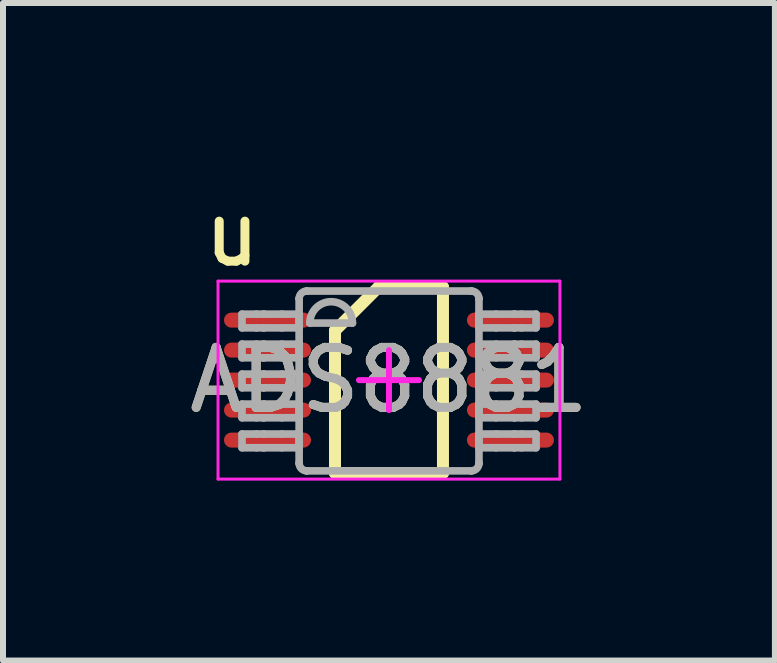
<source format=kicad_pcb>
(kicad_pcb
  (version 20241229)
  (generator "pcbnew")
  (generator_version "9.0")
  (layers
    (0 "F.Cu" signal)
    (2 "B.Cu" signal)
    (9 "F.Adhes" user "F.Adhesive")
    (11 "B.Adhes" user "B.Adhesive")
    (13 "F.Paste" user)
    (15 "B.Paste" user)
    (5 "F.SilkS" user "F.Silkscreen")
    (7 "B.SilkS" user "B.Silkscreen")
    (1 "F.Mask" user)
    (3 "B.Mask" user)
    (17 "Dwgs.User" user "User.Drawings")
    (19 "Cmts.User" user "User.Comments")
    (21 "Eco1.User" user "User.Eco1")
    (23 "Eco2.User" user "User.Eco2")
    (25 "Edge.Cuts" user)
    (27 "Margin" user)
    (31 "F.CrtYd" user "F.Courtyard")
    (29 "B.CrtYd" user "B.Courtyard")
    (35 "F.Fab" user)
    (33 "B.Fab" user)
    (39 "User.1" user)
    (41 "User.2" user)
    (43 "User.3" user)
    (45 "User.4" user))
  (footprint "ADS8881"
    (layer "F.Cu")
    (at 3.435 3.287)
    (property "Reference" "ADS8881" (at 0 0 0) (unlocked yes) (layer "F.SilkS") (effects (font (size 1 1) (thickness 0.15))))
    (attr smd)
    (fp_line (start -0.9 -0.825) (end -0.175 -1.55) (stroke (width 0.2) (type solid)) (layer "F.SilkS"))
    (fp_line (start -0.9 1.55) (end -0.9 -0.825) (stroke (width 0.2) (type solid)) (layer "F.SilkS"))
    (fp_line (start -0.9 1.55) (end 0.9 1.55) (stroke (width 0.2) (type solid)) (layer "F.SilkS"))
    (fp_line (start -0.175 -1.55) (end 0.9 -1.55) (stroke (width 0.2) (type solid)) (layer "F.SilkS"))
    (fp_line (start 0.9 1.55) (end 0.9 -1.55) (stroke (width 0.2) (type solid)) (layer "F.SilkS"))
    (fp_line (start -2.85 -1.65) (end 2.85 -1.65) (stroke (width 0.05) (type solid)) (layer "F.CrtYd"))
    (fp_line (start -2.85 1.65) (end -2.85 -1.65) (stroke (width 0.05) (type solid)) (layer "F.CrtYd"))
    (fp_line (start -2.85 1.65) (end 2.85 1.65) (stroke (width 0.05) (type solid)) (layer "F.CrtYd"))
    (fp_line (start -0.5 0) (end 0.5 0) (stroke (width 0.1) (type solid)) (layer "F.CrtYd"))
    (fp_line (start 0 0.5) (end 0 -0.5) (stroke (width 0.1) (type solid)) (layer "F.CrtYd"))
    (fp_line (start 2.85 1.65) (end 2.85 -1.65) (stroke (width 0.05) (type solid)) (layer "F.CrtYd"))
    (fp_line (start -2.45 -1.1) (end -2.21 -1.1) (stroke (width 0.127) (type solid)) (layer "F.Fab"))
    (fp_line (start -2.45 -0.871) (end -2.45 -1.1) (stroke (width 0.127) (type solid)) (layer "F.Fab"))
    (fp_line (start -2.45 -0.871) (end -2.21 -0.871) (stroke (width 0.127) (type solid)) (layer "F.Fab"))
    (fp_line (start -2.45 -0.6) (end -2.21 -0.6) (stroke (width 0.127) (type solid)) (layer "F.Fab"))
    (fp_line (start -2.45 -0.372) (end -2.45 -0.6) (stroke (width 0.127) (type solid)) (layer "F.Fab"))
    (fp_line (start -2.45 -0.372) (end -2.21 -0.372) (stroke (width 0.127) (type solid)) (layer "F.Fab"))
    (fp_line (start -2.45 -0.1) (end -2.21 -0.1) (stroke (width 0.127) (type solid)) (layer "F.Fab"))
    (fp_line (start -2.45 0.128) (end -2.45 -0.1) (stroke (width 0.127) (type solid)) (layer "F.Fab"))
    (fp_line (start -2.45 0.128) (end -2.21 0.128) (stroke (width 0.127) (type solid)) (layer "F.Fab"))
    (fp_line (start -2.45 0.4) (end -2.21 0.4) (stroke (width 0.127) (type solid)) (layer "F.Fab"))
    (fp_line (start -2.45 0.628) (end -2.45 0.4) (stroke (width 0.127) (type solid)) (layer "F.Fab"))
    (fp_line (start -2.45 0.628) (end -2.21 0.628) (stroke (width 0.127) (type solid)) (layer "F.Fab"))
    (fp_line (start -2.45 0.899) (end -2.21 0.899) (stroke (width 0.127) (type solid)) (layer "F.Fab"))
    (fp_line (start -2.45 1.128) (end -2.45 0.899) (stroke (width 0.127) (type solid)) (layer "F.Fab"))
    (fp_line (start -2.45 1.128) (end -2.21 1.128) (stroke (width 0.127) (type solid)) (layer "F.Fab"))
    (fp_line (start -2.21 -1.1) (end -2.09 -1.1) (stroke (width 0.127) (type solid)) (layer "F.Fab"))
    (fp_line (start -2.21 -0.871) (end -2.09 -0.871) (stroke (width 0.127) (type solid)) (layer "F.Fab"))
    (fp_line (start -2.21 -0.6) (end -2.09 -0.6) (stroke (width 0.127) (type solid)) (layer "F.Fab"))
    (fp_line (start -2.21 -0.372) (end -2.09 -0.372) (stroke (width 0.127) (type solid)) (layer "F.Fab"))
    (fp_line (start -2.21 -0.1) (end -2.09 -0.1) (stroke (width 0.127) (type solid)) (layer "F.Fab"))
    (fp_line (start -2.21 0.128) (end -2.09 0.128) (stroke (width 0.127) (type solid)) (layer "F.Fab"))
    (fp_line (start -2.21 0.4) (end -2.09 0.4) (stroke (width 0.127) (type solid)) (layer "F.Fab"))
    (fp_line (start -2.21 0.628) (end -2.09 0.628) (stroke (width 0.127) (type solid)) (layer "F.Fab"))
    (fp_line (start -2.21 0.899) (end -2.09 0.899) (stroke (width 0.127) (type solid)) (layer "F.Fab"))
    (fp_line (start -2.21 1.128) (end -2.09 1.128) (stroke (width 0.127) (type solid)) (layer "F.Fab"))
    (fp_line (start -2.09 -1.1) (end -2.087 -1.1) (stroke (width 0.127) (type solid)) (layer "F.Fab"))
    (fp_line (start -2.09 -0.871) (end -2.087 -0.871) (stroke (width 0.127) (type solid)) (layer "F.Fab"))
    (fp_line (start -2.09 -0.6) (end -2.087 -0.6) (stroke (width 0.127) (type solid)) (layer "F.Fab"))
    (fp_line (start -2.09 -0.372) (end -2.087 -0.372) (stroke (width 0.127) (type solid)) (layer "F.Fab"))
    (fp_line (start -2.09 -0.1) (end -2.087 -0.1) (stroke (width 0.127) (type solid)) (layer "F.Fab"))
    (fp_line (start -2.09 0.128) (end -2.087 0.128) (stroke (width 0.127) (type solid)) (layer "F.Fab"))
    (fp_line (start -2.09 0.4) (end -2.087 0.4) (stroke (width 0.127) (type solid)) (layer "F.Fab"))
    (fp_line (start -2.09 0.628) (end -2.087 0.628) (stroke (width 0.127) (type solid)) (layer "F.Fab"))
    (fp_line (start -2.09 0.899) (end -2.087 0.899) (stroke (width 0.127) (type solid)) (layer "F.Fab"))
    (fp_line (start -2.09 1.128) (end -2.087 1.128) (stroke (width 0.127) (type solid)) (layer "F.Fab"))
    (fp_line (start -2.087 -1.1) (end -1.784 -1.1) (stroke (width 0.127) (type solid)) (layer "F.Fab"))
    (fp_line (start -2.087 -0.871) (end -1.784 -0.871) (stroke (width 0.127) (type solid)) (layer "F.Fab"))
    (fp_line (start -2.087 -0.6) (end -1.784 -0.6) (stroke (width 0.127) (type solid)) (layer "F.Fab"))
    (fp_line (start -2.087 -0.372) (end -1.784 -0.372) (stroke (width 0.127) (type solid)) (layer "F.Fab"))
    (fp_line (start -2.087 -0.1) (end -1.784 -0.1) (stroke (width 0.127) (type solid)) (layer "F.Fab"))
    (fp_line (start -2.087 0.128) (end -1.784 0.128) (stroke (width 0.127) (type solid)) (layer "F.Fab"))
    (fp_line (start -2.087 0.4) (end -1.784 0.4) (stroke (width 0.127) (type solid)) (layer "F.Fab"))
    (fp_line (start -2.087 0.628) (end -1.784 0.628) (stroke (width 0.127) (type solid)) (layer "F.Fab"))
    (fp_line (start -2.087 0.899) (end -1.784 0.899) (stroke (width 0.127) (type solid)) (layer "F.Fab"))
    (fp_line (start -2.087 1.128) (end -1.784 1.128) (stroke (width 0.127) (type solid)) (layer "F.Fab"))
    (fp_line (start -1.784 -1.1) (end -1.498 -1.1) (stroke (width 0.127) (type solid)) (layer "F.Fab"))
    (fp_line (start -1.784 -0.871) (end -1.498 -0.871) (stroke (width 0.127) (type solid)) (layer "F.Fab"))
    (fp_line (start -1.784 -0.6) (end -1.498 -0.6) (stroke (width 0.127) (type solid)) (layer "F.Fab"))
    (fp_line (start -1.784 -0.372) (end -1.498 -0.372) (stroke (width 0.127) (type solid)) (layer "F.Fab"))
    (fp_line (start -1.784 -0.1) (end -1.498 -0.1) (stroke (width 0.127) (type solid)) (layer "F.Fab"))
    (fp_line (start -1.784 0.128) (end -1.498 0.128) (stroke (width 0.127) (type solid)) (layer "F.Fab"))
    (fp_line (start -1.784 0.4) (end -1.498 0.4) (stroke (width 0.127) (type solid)) (layer "F.Fab"))
    (fp_line (start -1.784 0.628) (end -1.498 0.628) (stroke (width 0.127) (type solid)) (layer "F.Fab"))
    (fp_line (start -1.784 0.899) (end -1.498 0.899) (stroke (width 0.127) (type solid)) (layer "F.Fab"))
    (fp_line (start -1.784 1.128) (end -1.498 1.128) (stroke (width 0.127) (type solid)) (layer "F.Fab"))
    (fp_line (start -1.498 -1.358) (end -1.497 -1.36) (stroke (width 0.127) (type solid)) (layer "F.Fab"))
    (fp_line (start -1.498 -0.871) (end -1.498 -1.1) (stroke (width 0.127) (type solid)) (layer "F.Fab"))
    (fp_line (start -1.498 -0.372) (end -1.498 -0.6) (stroke (width 0.127) (type solid)) (layer "F.Fab"))
    (fp_line (start -1.498 0.128) (end -1.498 -0.1) (stroke (width 0.127) (type solid)) (layer "F.Fab"))
    (fp_line (start -1.498 0.628) (end -1.498 0.4) (stroke (width 0.127) (type solid)) (layer "F.Fab"))
    (fp_line (start -1.498 1.128) (end -1.498 0.899) (stroke (width 0.127) (type solid)) (layer "F.Fab"))
    (fp_line (start -1.498 1.386) (end -1.498 -1.358) (stroke (width 0.127) (type solid)) (layer "F.Fab"))
    (fp_line (start -1.498 1.386) (end -1.497 1.388) (stroke (width 0.127) (type solid)) (layer "F.Fab"))
    (fp_line (start -1.373 -1.485) (end -1.371 -1.485) (stroke (width 0.127) (type solid)) (layer "F.Fab"))
    (fp_line (start -1.373 1.513) (end -1.371 1.513) (stroke (width 0.127) (type solid)) (layer "F.Fab"))
    (fp_line (start -1.371 -1.485) (end 1.373 -1.485) (stroke (width 0.127) (type solid)) (layer "F.Fab"))
    (fp_line (start -1.371 1.513) (end 1.373 1.513) (stroke (width 0.127) (type solid)) (layer "F.Fab"))
    (fp_line (start -1.32 -0.951) (end -0.609 -0.951) (stroke (width 0.127) (type solid)) (layer "F.Fab"))
    (fp_line (start 1.373 -1.485) (end 1.375 -1.485) (stroke (width 0.127) (type solid)) (layer "F.Fab"))
    (fp_line (start 1.373 1.513) (end 1.375 1.513) (stroke (width 0.127) (type solid)) (layer "F.Fab"))
    (fp_line (start 1.5 -1.36) (end 1.5 -1.358) (stroke (width 0.127) (type solid)) (layer "F.Fab"))
    (fp_line (start 1.5 1.388) (end 1.5 1.386) (stroke (width 0.127) (type solid)) (layer "F.Fab"))
    (fp_line (start 1.5 -1.1) (end 1.786 -1.1) (stroke (width 0.127) (type solid)) (layer "F.Fab"))
    (fp_line (start 1.5 -0.871) (end 1.5 -1.1) (stroke (width 0.127) (type solid)) (layer "F.Fab"))
    (fp_line (start 1.5 -0.871) (end 1.786 -0.871) (stroke (width 0.127) (type solid)) (layer "F.Fab"))
    (fp_line (start 1.5 -0.6) (end 1.786 -0.6) (stroke (width 0.127) (type solid)) (layer "F.Fab"))
    (fp_line (start 1.5 -0.372) (end 1.5 -0.6) (stroke (width 0.127) (type solid)) (layer "F.Fab"))
    (fp_line (start 1.5 -0.372) (end 1.786 -0.372) (stroke (width 0.127) (type solid)) (layer "F.Fab"))
    (fp_line (start 1.5 -0.1) (end 1.786 -0.1) (stroke (width 0.127) (type solid)) (layer "F.Fab"))
    (fp_line (start 1.5 0.128) (end 1.5 -0.1) (stroke (width 0.127) (type solid)) (layer "F.Fab"))
    (fp_line (start 1.5 0.128) (end 1.786 0.128) (stroke (width 0.127) (type solid)) (layer "F.Fab"))
    (fp_line (start 1.5 0.4) (end 1.786 0.4) (stroke (width 0.127) (type solid)) (layer "F.Fab"))
    (fp_line (start 1.5 0.628) (end 1.5 0.4) (stroke (width 0.127) (type solid)) (layer "F.Fab"))
    (fp_line (start 1.5 0.628) (end 1.786 0.628) (stroke (width 0.127) (type solid)) (layer "F.Fab"))
    (fp_line (start 1.5 0.899) (end 1.786 0.899) (stroke (width 0.127) (type solid)) (layer "F.Fab"))
    (fp_line (start 1.5 1.128) (end 1.5 0.899) (stroke (width 0.127) (type solid)) (layer "F.Fab"))
    (fp_line (start 1.5 1.128) (end 1.786 1.128) (stroke (width 0.127) (type solid)) (layer "F.Fab"))
    (fp_line (start 1.5 1.386) (end 1.5 -1.358) (stroke (width 0.127) (type solid)) (layer "F.Fab"))
    (fp_line (start 1.786 -1.1) (end 2.089 -1.1) (stroke (width 0.127) (type solid)) (layer "F.Fab"))
    (fp_line (start 1.786 -0.871) (end 2.089 -0.871) (stroke (width 0.127) (type solid)) (layer "F.Fab"))
    (fp_line (start 1.786 -0.6) (end 2.089 -0.6) (stroke (width 0.127) (type solid)) (layer "F.Fab"))
    (fp_line (start 1.786 -0.372) (end 2.089 -0.372) (stroke (width 0.127) (type solid)) (layer "F.Fab"))
    (fp_line (start 1.786 -0.1) (end 2.089 -0.1) (stroke (width 0.127) (type solid)) (layer "F.Fab"))
    (fp_line (start 1.786 0.128) (end 2.089 0.128) (stroke (width 0.127) (type solid)) (layer "F.Fab"))
    (fp_line (start 1.786 0.4) (end 2.089 0.4) (stroke (width 0.127) (type solid)) (layer "F.Fab"))
    (fp_line (start 1.786 0.628) (end 2.089 0.628) (stroke (width 0.127) (type solid)) (layer "F.Fab"))
    (fp_line (start 1.786 0.899) (end 2.089 0.899) (stroke (width 0.127) (type solid)) (layer "F.Fab"))
    (fp_line (start 1.786 1.128) (end 2.089 1.128) (stroke (width 0.127) (type solid)) (layer "F.Fab"))
    (fp_line (start 2.089 -1.1) (end 2.093 -1.1) (stroke (width 0.127) (type solid)) (layer "F.Fab"))
    (fp_line (start 2.089 -0.871) (end 2.093 -0.871) (stroke (width 0.127) (type solid)) (layer "F.Fab"))
    (fp_line (start 2.089 -0.6) (end 2.093 -0.6) (stroke (width 0.127) (type solid)) (layer "F.Fab"))
    (fp_line (start 2.089 -0.372) (end 2.093 -0.372) (stroke (width 0.127) (type solid)) (layer "F.Fab"))
    (fp_line (start 2.089 -0.1) (end 2.093 -0.1) (stroke (width 0.127) (type solid)) (layer "F.Fab"))
    (fp_line (start 2.089 0.128) (end 2.093 0.128) (stroke (width 0.127) (type solid)) (layer "F.Fab"))
    (fp_line (start 2.089 0.4) (end 2.093 0.4) (stroke (width 0.127) (type solid)) (layer "F.Fab"))
    (fp_line (start 2.089 0.628) (end 2.093 0.628) (stroke (width 0.127) (type solid)) (layer "F.Fab"))
    (fp_line (start 2.089 0.899) (end 2.093 0.899) (stroke (width 0.127) (type solid)) (layer "F.Fab"))
    (fp_line (start 2.089 1.128) (end 2.093 1.128) (stroke (width 0.127) (type solid)) (layer "F.Fab"))
    (fp_line (start 2.093 -1.1) (end 2.213 -1.1) (stroke (width 0.127) (type solid)) (layer "F.Fab"))
    (fp_line (start 2.093 -0.871) (end 2.213 -0.871) (stroke (width 0.127) (type solid)) (layer "F.Fab"))
    (fp_line (start 2.093 -0.6) (end 2.213 -0.6) (stroke (width 0.127) (type solid)) (layer "F.Fab"))
    (fp_line (start 2.093 -0.372) (end 2.213 -0.372) (stroke (width 0.127) (type solid)) (layer "F.Fab"))
    (fp_line (start 2.093 -0.1) (end 2.213 -0.1) (stroke (width 0.127) (type solid)) (layer "F.Fab"))
    (fp_line (start 2.093 0.128) (end 2.213 0.128) (stroke (width 0.127) (type solid)) (layer "F.Fab"))
    (fp_line (start 2.093 0.4) (end 2.213 0.4) (stroke (width 0.127) (type solid)) (layer "F.Fab"))
    (fp_line (start 2.093 0.628) (end 2.213 0.628) (stroke (width 0.127) (type solid)) (layer "F.Fab"))
    (fp_line (start 2.093 0.899) (end 2.213 0.899) (stroke (width 0.127) (type solid)) (layer "F.Fab"))
    (fp_line (start 2.093 1.128) (end 2.213 1.128) (stroke (width 0.127) (type solid)) (layer "F.Fab"))
    (fp_line (start 2.213 -1.1) (end 2.452 -1.1) (stroke (width 0.127) (type solid)) (layer "F.Fab"))
    (fp_line (start 2.213 -0.871) (end 2.452 -0.871) (stroke (width 0.127) (type solid)) (layer "F.Fab"))
    (fp_line (start 2.213 -0.6) (end 2.452 -0.6) (stroke (width 0.127) (type solid)) (layer "F.Fab"))
    (fp_line (start 2.213 -0.372) (end 2.452 -0.372) (stroke (width 0.127) (type solid)) (layer "F.Fab"))
    (fp_line (start 2.213 -0.1) (end 2.452 -0.1) (stroke (width 0.127) (type solid)) (layer "F.Fab"))
    (fp_line (start 2.213 0.128) (end 2.452 0.128) (stroke (width 0.127) (type solid)) (layer "F.Fab"))
    (fp_line (start 2.213 0.4) (end 2.452 0.4) (stroke (width 0.127) (type solid)) (layer "F.Fab"))
    (fp_line (start 2.213 0.628) (end 2.452 0.628) (stroke (width 0.127) (type solid)) (layer "F.Fab"))
    (fp_line (start 2.213 0.899) (end 2.452 0.899) (stroke (width 0.127) (type solid)) (layer "F.Fab"))
    (fp_line (start 2.213 1.128) (end 2.452 1.128) (stroke (width 0.127) (type solid)) (layer "F.Fab"))
    (fp_line (start 2.452 -0.871) (end 2.452 -1.1) (stroke (width 0.127) (type solid)) (layer "F.Fab"))
    (fp_line (start 2.452 -0.372) (end 2.452 -0.6) (stroke (width 0.127) (type solid)) (layer "F.Fab"))
    (fp_line (start 2.452 0.128) (end 2.452 -0.1) (stroke (width 0.127) (type solid)) (layer "F.Fab"))
    (fp_line (start 2.452 0.628) (end 2.452 0.4) (stroke (width 0.127) (type solid)) (layer "F.Fab"))
    (fp_line (start 2.452 1.128) (end 2.452 0.899) (stroke (width 0.127) (type solid)) (layer "F.Fab"))
    (fp_arc (start -1.49745 -1.360299) (mid -1.460293 -1.447356) (end -1.373243 -1.484531) (stroke (width 0.127) (type solid)) (layer "F.Fab"))
    (fp_arc (start -1.373243 1.512619) (mid -1.460293 1.475444) (end -1.49745 1.388386) (stroke (width 0.127) (type solid)) (layer "F.Fab"))
    (fp_arc (start -1.3197 -0.951156) (mid -0.9641 -1.306756) (end -0.6085 -0.951156) (stroke (width 0.127) (type solid)) (layer "F.Fab"))
    (fp_arc (start 1.375443 -1.484532) (mid 1.462505 -1.447362) (end 1.499675 -1.360299) (stroke (width 0.127) (type solid)) (layer "F.Fab"))
    (fp_arc (start 1.499675 1.388387) (mid 1.462505 1.475449) (end 1.375443 1.512619) (stroke (width 0.127) (type solid)) (layer "F.Fab"))
    (fp_text user "u" (at -2.616 -2.438 0) (unlocked yes) (layer "F.SilkS") (effects (font (size 1 1) (thickness 0.15))))
    (fp_text user "${REFERENCE}" (at 0 0 0) (unlocked yes) (layer "F.Fab") (effects (font (size 1 1) (thickness 0.15))))
    (pad "1" smd oval (at -2.025 -1 90) (size 0.25 1.45) (layers "F.Cu" "F.Mask" "F.Paste"))
    (pad "2" smd oval (at -2.025 -0.5 90) (size 0.25 1.45) (layers "F.Cu" "F.Mask" "F.Paste"))
    (pad "3" smd oval (at -2.025 0 90) (size 0.25 1.45) (layers "F.Cu" "F.Mask" "F.Paste"))
    (pad "4" smd oval (at -2.025 0.5 90) (size 0.25 1.45) (layers "F.Cu" "F.Mask" "F.Paste"))
    (pad "5" smd oval (at -2.025 1 90) (size 0.25 1.45) (layers "F.Cu" "F.Mask" "F.Paste"))
    (pad "6" smd oval (at 2.025 1 90) (size 0.25 1.45) (layers "F.Cu" "F.Mask" "F.Paste"))
    (pad "7" smd oval (at 2.025 0.5 90) (size 0.25 1.45) (layers "F.Cu" "F.Mask" "F.Paste"))
    (pad "8" smd oval (at 2.025 0 90) (size 0.25 1.45) (layers "F.Cu" "F.Mask" "F.Paste"))
    (pad "9" smd oval (at 2.025 -0.5 90) (size 0.25 1.45) (layers "F.Cu" "F.Mask" "F.Paste"))
    (pad "10" smd oval (at 2.025 -1 90) (size 0.25 1.45) (layers "F.Cu" "F.Mask" "F.Paste")))
  (gr_rect
    (start -3 -3)
    (end 9.869 7.962)
    (stroke (width 0.1) (type default))
    (fill no)
    (layer "Edge.Cuts")))
</source>
